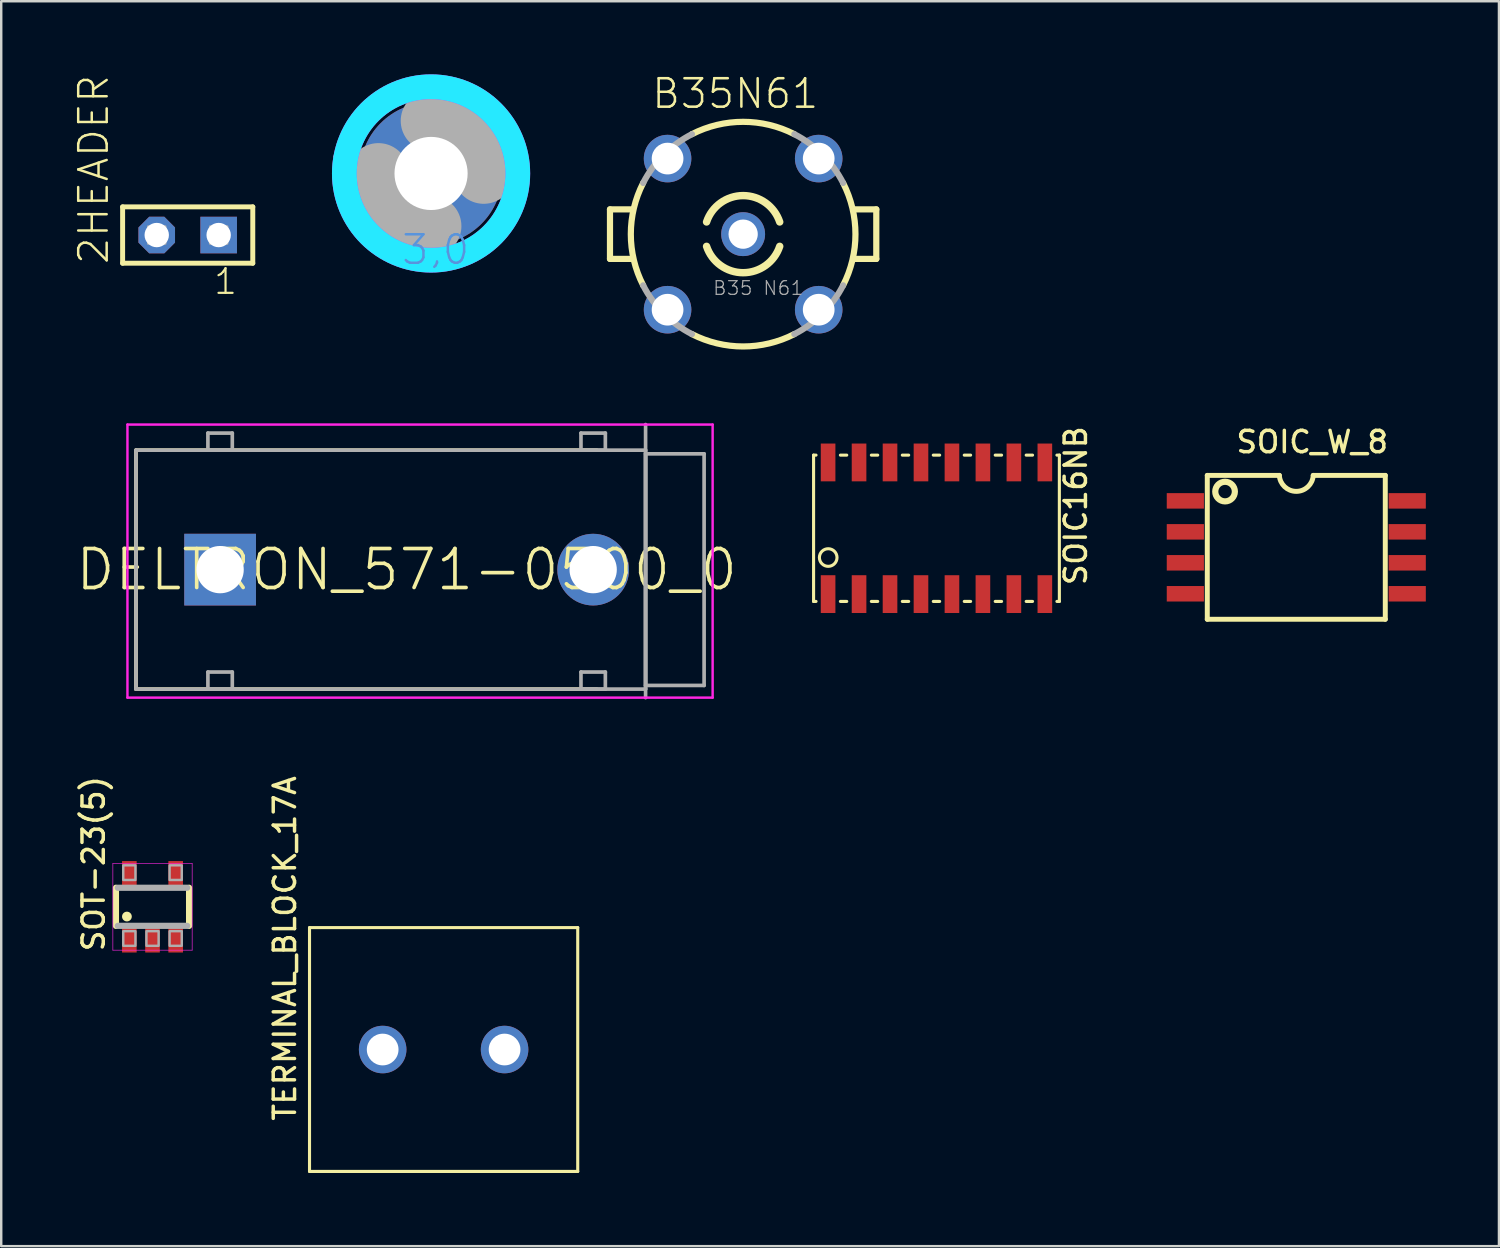
<source format=kicad_pcb>
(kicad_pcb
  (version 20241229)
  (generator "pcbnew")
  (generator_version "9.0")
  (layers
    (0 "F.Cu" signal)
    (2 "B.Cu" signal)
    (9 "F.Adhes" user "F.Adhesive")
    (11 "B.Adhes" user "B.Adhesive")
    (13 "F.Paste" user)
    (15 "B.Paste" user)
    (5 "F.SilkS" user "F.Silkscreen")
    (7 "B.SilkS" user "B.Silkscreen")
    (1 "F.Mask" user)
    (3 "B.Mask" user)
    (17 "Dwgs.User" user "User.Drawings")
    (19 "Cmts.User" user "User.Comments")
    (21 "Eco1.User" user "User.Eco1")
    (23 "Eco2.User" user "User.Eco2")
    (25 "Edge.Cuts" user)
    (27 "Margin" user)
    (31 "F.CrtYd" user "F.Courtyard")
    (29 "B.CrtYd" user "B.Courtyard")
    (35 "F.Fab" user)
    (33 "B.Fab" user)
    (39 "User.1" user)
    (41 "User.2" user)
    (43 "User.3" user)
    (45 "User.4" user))
  (footprint "3,0-PAD"
    (layer "F.Cu")
    (at 14.629 4.064)
    (property "Reference" "3,0-PAD" (at 0 0 0) (layer "F.SilkS") (effects (font (size 1.27 1.27) (thickness 0.15))))
    (fp_circle (center 0 0) (end 3.429 0) (stroke (width 0.152) (type solid)) (fill no) (layer "F.SilkS"))
    (fp_circle (center 0 0) (end 3.556 0) (stroke (width 1.016) (type solid)) (fill no) (layer "B.CrtYd"))
    (fp_circle (center 0 0) (end 3.556 0) (stroke (width 1.016) (type solid)) (fill no) (layer "F.CrtYd"))
    (fp_arc (start 0 -2.159) (mid 1.526644 -1.526644) (end 2.159 0) (stroke (width 2.4892) (type solid)) (layer "F.Fab"))
    (fp_arc (start 0 2.159) (mid -1.526644 1.526644) (end -2.159 0) (stroke (width 2.4892) (type solid)) (layer "F.Fab"))
    (fp_circle (center 0 0) (end 0.762 0) (stroke (width 0.457) (type solid)) (fill no) (layer "F.Fab"))
    (fp_text user "3,0" (at -1.27 3.81 0) (layer "Cmts.User") (effects (font (size 1.168 1.168) (thickness 0.102)) (justify left bottom)))
    (pad "B3,0" thru_hole circle (at 0 0) (size 5.842 5.842) (drill 3) (layers "*.Cu" "*.Mask"))
    (zone (net_name "") (layers "F.Cu" "B.Cu") (hatch edge 0.5) (connect_pads) (min_thickness 0.25) (filled_areas_thickness no) (keepout (tracks allowed) (vias not_allowed) (pads allowed) (copperpour allowed) (footprints allowed)) (placement (enabled no)) (fill) (polygon (pts (xy 18.693 4.064) (xy 18.673 3.659) (xy 18.613 3.259) (xy 18.513 2.866) (xy 18.374 2.485) (xy 18.198 2.12) (xy 17.987 1.775) (xy 17.742 1.452) (xy 17.467 1.155) (xy 17.163 0.887) (xy 16.834 0.65) (xy 16.483 0.448) (xy 16.114 0.281) (xy 15.73 0.152) (xy 15.335 0.062) (xy 14.933 0.011) (xy 14.528 0.001) (xy 14.124 0.032) (xy 13.725 0.102) (xy 13.335 0.212) (xy 12.958 0.36) (xy 12.597 0.544) (xy 12.257 0.764) (xy 11.94 1.017) (xy 11.65 1.3) (xy 11.39 1.61) (xy 11.161 1.945) (xy 10.968 2.301) (xy 10.81 2.674) (xy 10.691 3.061) (xy 10.611 3.458) (xy 10.57 3.861) (xy 10.57 4.267) (xy 10.611 4.67) (xy 10.691 5.067) (xy 10.81 5.454) (xy 10.968 5.827) (xy 11.161 6.183) (xy 11.39 6.518) (xy 11.65 6.828) (xy 11.94 7.111) (xy 12.257 7.364) (xy 12.597 7.584) (xy 12.958 7.768) (xy 13.335 7.916) (xy 13.725 8.026) (xy 14.124 8.096) (xy 14.528 8.127) (xy 14.933 8.117) (xy 15.335 8.066) (xy 15.73 7.976) (xy 16.114 7.847) (xy 16.483 7.68) (xy 16.834 7.478) (xy 17.163 7.241) (xy 17.467 6.973) (xy 17.742 6.676) (xy 17.987 6.353) (xy 18.198 6.008) (xy 18.374 5.643) (xy 18.513 5.262) (xy 18.613 4.869) (xy 18.673 4.469))) (polygon (pts (xy 17.677 4.064) (xy 17.657 3.717) (xy 17.598 3.374) (xy 17.5 3.04) (xy 17.364 2.719) (xy 17.193 2.416) (xy 16.989 2.135) (xy 16.753 1.878) (xy 16.49 1.65) (xy 16.203 1.454) (xy 15.895 1.291) (xy 15.571 1.165) (xy 15.234 1.077) (xy 14.89 1.027) (xy 14.542 1.017) (xy 14.195 1.047) (xy 13.854 1.116) (xy 13.523 1.224) (xy 13.207 1.368) (xy 12.909 1.548) (xy 12.633 1.76) (xy 12.384 2.003) (xy 12.163 2.272) (xy 11.975 2.565) (xy 11.822 2.878) (xy 11.705 3.205) (xy 11.626 3.544) (xy 11.586 3.89) (xy 11.586 4.238) (xy 11.626 4.584) (xy 11.705 4.923) (xy 11.822 5.25) (xy 11.975 5.563) (xy 12.163 5.856) (xy 12.384 6.125) (xy 12.633 6.368) (xy 12.909 6.58) (xy 13.207 6.76) (xy 13.523 6.904) (xy 13.854 7.012) (xy 14.195 7.081) (xy 14.542 7.111) (xy 14.89 7.101) (xy 15.234 7.051) (xy 15.571 6.963) (xy 15.895 6.837) (xy 16.203 6.674) (xy 16.49 6.478) (xy 16.753 6.25) (xy 16.989 5.993) (xy 17.193 5.712) (xy 17.364 5.409) (xy 17.5 5.088) (xy 17.598 4.754) (xy 17.657 4.411)))))
  (footprint "2HEADER"
    (layer "F.Cu")
    (at 4.648 6.59)
    (property "Reference" "2HEADER" (at -3.175 1.27 90) (layer "F.SilkS") (effects (font (size 1.168 1.168) (thickness 0.102)) (justify left bottom)))
    (fp_line (start -2.669 -1.155) (end 2.669 -1.155) (stroke (width 0.203) (type solid)) (layer "F.SilkS"))
    (fp_line (start -2.669 1.155) (end -2.669 -1.155) (stroke (width 0.203) (type solid)) (layer "F.SilkS"))
    (fp_line (start 2.669 -1.155) (end 2.669 1.155) (stroke (width 0.203) (type solid)) (layer "F.SilkS"))
    (fp_line (start 2.669 1.155) (end -2.669 1.155) (stroke (width 0.203) (type solid)) (layer "F.SilkS"))
    (fp_poly (pts (xy -1.62 0.35) (xy -0.92 0.35) (xy -0.92 -0.35) (xy -1.62 -0.35)) (stroke (width 0.1) (type default)) (fill no) (layer "F.Fab"))
    (fp_poly (pts (xy 0.92 0.35) (xy 1.62 0.35) (xy 1.62 -0.35) (xy 0.92 -0.35)) (stroke (width 0.1) (type default)) (fill no) (layer "F.Fab"))
    (fp_text user "1" (at 1.012 2.498 0) (layer "F.SilkS") (effects (font (size 1.012 1.012) (thickness 0.088)) (justify left bottom)))
    (pad "1" thru_hole rect (at 1.27 0 180) (size 1.5 1.5) (drill 1) (layers "*.Cu" "*.Mask"))
    (pad "2" thru_hole roundrect (at -1.27 0 180) (size 1.5 1.5) (drill 1) (layers "*.Cu" "*.Mask") (roundrect_rratio 0.25) (chamfer_ratio 0.293) (chamfer top_left top_right bottom_left bottom_right)))
  (footprint "SOT-23(5)"
    (layer "F.Cu")
    (at 3.205 34.14)
    (property "Reference" "SOT-23(5)" (at -1.905 1.905 90) (layer "F.SilkS") (effects (font (size 0.874 0.874) (thickness 0.142)) (justify left bottom)))
    (fp_poly (pts (xy -1.32 -0.755) (xy -0.58 -0.755) (xy -0.58 -1.945) (xy -1.32 -1.945)) (stroke (width 0) (type default)) (fill yes) (layer "F.Mask"))
    (fp_poly (pts (xy -1.32 1.945) (xy -0.58 1.945) (xy -0.58 0.755) (xy -1.32 0.755)) (stroke (width 0) (type default)) (fill yes) (layer "F.Mask"))
    (fp_poly (pts (xy -0.37 1.945) (xy 0.37 1.945) (xy 0.37 0.755) (xy -0.37 0.755)) (stroke (width 0) (type default)) (fill yes) (layer "F.Mask"))
    (fp_poly (pts (xy 0.58 -0.755) (xy 1.32 -0.755) (xy 1.32 -1.945) (xy 0.58 -1.945)) (stroke (width 0) (type default)) (fill yes) (layer "F.Mask"))
    (fp_poly (pts (xy 0.58 1.945) (xy 1.32 1.945) (xy 1.32 0.755) (xy 0.58 0.755)) (stroke (width 0) (type default)) (fill yes) (layer "F.Mask"))
    (fp_line (start -1.5 0.781) (end -1.5 -0.781) (stroke (width 0.254) (type solid)) (layer "F.SilkS"))
    (fp_line (start 1.5 -0.781) (end 1.5 0.781) (stroke (width 0.254) (type solid)) (layer "F.SilkS"))
    (fp_circle (center -1.05 0.4) (end -0.95 0.4) (stroke (width 0.2) (type solid)) (fill yes) (layer "F.SilkS"))
    (fp_line (start -1.626 -1.778) (end 1.626 -1.778) (stroke (width 0.025) (type solid)) (layer "F.CrtYd"))
    (fp_line (start -1.626 1.778) (end -1.626 -1.778) (stroke (width 0.025) (type solid)) (layer "F.CrtYd"))
    (fp_line (start 1.626 -1.778) (end 1.626 1.778) (stroke (width 0.025) (type solid)) (layer "F.CrtYd"))
    (fp_line (start 1.626 1.778) (end -1.626 1.778) (stroke (width 0.025) (type solid)) (layer "F.CrtYd"))
    (fp_line (start -1.423 -0.781) (end 1.422 -0.781) (stroke (width 0.254) (type solid)) (layer "F.Fab"))
    (fp_line (start 1.422 0.781) (end -1.423 0.781) (stroke (width 0.254) (type solid)) (layer "F.Fab"))
    (fp_poly (pts (xy -1.2 -1.1) (xy -0.7 -1.1) (xy -0.7 -1.7) (xy -1.2 -1.7)) (stroke (width 0.1) (type default)) (fill no) (layer "F.Fab"))
    (fp_poly (pts (xy -1.2 1.6) (xy -0.7 1.6) (xy -0.7 1) (xy -1.2 1)) (stroke (width 0.1) (type default)) (fill no) (layer "F.Fab"))
    (fp_poly (pts (xy -0.25 1.6) (xy 0.25 1.6) (xy 0.25 1) (xy -0.25 1)) (stroke (width 0.1) (type default)) (fill no) (layer "F.Fab"))
    (fp_poly (pts (xy 0.7 -1.1) (xy 1.2 -1.1) (xy 1.2 -1.7) (xy 0.7 -1.7)) (stroke (width 0.1) (type default)) (fill no) (layer "F.Fab"))
    (fp_poly (pts (xy 0.7 1.6) (xy 1.2 1.6) (xy 1.2 1) (xy 0.7 1)) (stroke (width 0.1) (type default)) (fill no) (layer "F.Fab"))
    (pad "1" smd rect (at -0.95 1.35) (size 0.6 1.05) (layers "F.Cu" "F.Paste"))
    (pad "2" smd rect (at 0 1.35) (size 0.6 1.05) (layers "F.Cu" "F.Paste"))
    (pad "3" smd rect (at 0.95 1.35) (size 0.6 1.05) (layers "F.Cu" "F.Paste"))
    (pad "4" smd rect (at 0.95 -1.35) (size 0.6 1.05) (layers "F.Cu" "F.Paste"))
    (pad "5" smd rect (at -0.95 -1.35) (size 0.6 1.05) (layers "F.Cu" "F.Paste")))
  (footprint "TERMINAL_BLOCK_17A"
    (layer "F.Cu")
    (at 15.144 39.994)
    (property "Reference" "TERMINAL_BLOCK_17A" (at -6 3 90) (layer "F.SilkS") (effects (font (size 0.874 0.874) (thickness 0.142)) (justify left bottom)))
    (fp_line (start -5.5 -5) (end 5.5 -5) (stroke (width 0.127) (type solid)) (layer "F.SilkS"))
    (fp_line (start -5.5 5) (end -5.5 -5) (stroke (width 0.127) (type solid)) (layer "F.SilkS"))
    (fp_line (start 5.5 -5) (end 5.5 5) (stroke (width 0.127) (type solid)) (layer "F.SilkS"))
    (fp_line (start 5.5 5) (end -5.5 5) (stroke (width 0.127) (type solid)) (layer "F.SilkS"))
    (pad "1" thru_hole circle (at -2.5 0) (size 1.95 1.95) (drill 1.3) (layers "*.Cu" "*.Mask"))
    (pad "2" thru_hole circle (at 2.5 0) (size 1.95 1.95) (drill 1.3) (layers "*.Cu" "*.Mask")))
  (footprint "DELTRON_571-0500_0"
    (layer "F.Cu")
    (at 13.627 20.312)
    (property "Reference" "DELTRON_571-0500_0" (at 0 0 0) (layer "F.SilkS") (effects (font (size 1.6 1.6) (thickness 0.15))))
    (attr through_hole)
    (fp_line (start -11.1 -4.9) (end -11.1 4.9) (stroke (width 0.15) (type solid)) (layer "F.SilkS"))
    (fp_line (start -11.1 -4.9) (end 7.8 -4.9) (stroke (width 0.15) (type solid)) (layer "F.SilkS"))
    (fp_line (start -11.1 4.9) (end 7.8 4.9) (stroke (width 0.15) (type solid)) (layer "F.SilkS"))
    (fp_line (start -11.45 -5.95) (end 12.55 -5.95) (stroke (width 0.1) (type solid)) (layer "F.CrtYd"))
    (fp_line (start -11.45 5.25) (end -11.45 -5.95) (stroke (width 0.1) (type solid)) (layer "F.CrtYd"))
    (fp_line (start 12.55 -5.95) (end 12.55 5.25) (stroke (width 0.1) (type solid)) (layer "F.CrtYd"))
    (fp_line (start 12.55 5.25) (end -11.45 5.25) (stroke (width 0.1) (type solid)) (layer "F.CrtYd"))
    (fp_line (start -11.1 -4.9) (end 9.8 -4.9) (stroke (width 0.15) (type solid)) (layer "F.Fab"))
    (fp_line (start -11.1 4.9) (end -11.1 -4.9) (stroke (width 0.15) (type solid)) (layer "F.Fab"))
    (fp_line (start -8.15 -5.6) (end -7.15 -5.6) (stroke (width 0.15) (type solid)) (layer "F.Fab"))
    (fp_line (start -8.15 -4.9) (end -8.15 -5.6) (stroke (width 0.15) (type solid)) (layer "F.Fab"))
    (fp_line (start -8.15 4.2) (end -7.15 4.2) (stroke (width 0.15) (type solid)) (layer "F.Fab"))
    (fp_line (start -8.15 4.9) (end -8.15 4.2) (stroke (width 0.15) (type solid)) (layer "F.Fab"))
    (fp_line (start -7.15 -5.6) (end -7.15 -4.9) (stroke (width 0.15) (type solid)) (layer "F.Fab"))
    (fp_line (start -7.15 -4.9) (end -8.15 -4.9) (stroke (width 0.15) (type solid)) (layer "F.Fab"))
    (fp_line (start -7.15 4.2) (end -7.15 4.9) (stroke (width 0.15) (type solid)) (layer "F.Fab"))
    (fp_line (start -7.15 4.9) (end -8.15 4.9) (stroke (width 0.15) (type solid)) (layer "F.Fab"))
    (fp_line (start 7.15 -5.6) (end 8.15 -5.6) (stroke (width 0.15) (type solid)) (layer "F.Fab"))
    (fp_line (start 7.15 -4.9) (end 7.15 -5.6) (stroke (width 0.15) (type solid)) (layer "F.Fab"))
    (fp_line (start 7.15 4.2) (end 8.15 4.2) (stroke (width 0.15) (type solid)) (layer "F.Fab"))
    (fp_line (start 7.15 4.9) (end 7.15 4.2) (stroke (width 0.15) (type solid)) (layer "F.Fab"))
    (fp_line (start 8.15 -5.6) (end 8.15 -4.9) (stroke (width 0.15) (type solid)) (layer "F.Fab"))
    (fp_line (start 8.15 -4.9) (end 7.15 -4.9) (stroke (width 0.15) (type solid)) (layer "F.Fab"))
    (fp_line (start 8.15 4.2) (end 8.15 4.9) (stroke (width 0.15) (type solid)) (layer "F.Fab"))
    (fp_line (start 8.15 4.9) (end 7.15 4.9) (stroke (width 0.15) (type solid)) (layer "F.Fab"))
    (fp_line (start 9.8 -5.95) (end 9.8 5.25) (stroke (width 0.15) (type solid)) (layer "F.Fab"))
    (fp_line (start 9.8 -4.9) (end 9.8 4.9) (stroke (width 0.15) (type solid)) (layer "F.Fab"))
    (fp_line (start 9.8 -4.75) (end 12.2 -4.75) (stroke (width 0.15) (type solid)) (layer "F.Fab"))
    (fp_line (start 9.8 4.75) (end 9.8 -4.75) (stroke (width 0.15) (type solid)) (layer "F.Fab"))
    (fp_line (start 9.8 4.9) (end -11.1 4.9) (stroke (width 0.15) (type solid)) (layer "F.Fab"))
    (fp_line (start 12.2 -4.75) (end 12.2 4.75) (stroke (width 0.15) (type solid)) (layer "F.Fab"))
    (fp_line (start 12.2 4.75) (end 9.8 4.75) (stroke (width 0.15) (type solid)) (layer "F.Fab"))
    (pad "1" thru_hole rect (at -7.65 0) (size 2.94 2.94) (drill 1.94) (layers "*.Cu" "*.Mask"))
    (pad "1" thru_hole circle (at 7.65 0) (size 2.94 2.94) (drill 1.94) (layers "*.Cu" "*.Mask")))
  (footprint "SOIC_W_8"
    (layer "F.Cu")
    (at 50.114 19.397)
    (property "Reference" "SOIC_W_8" (at -2.54 -3.81 0) (layer "F.SilkS") (effects (font (size 0.874 0.874) (thickness 0.142)) (justify left bottom)))
    (fp_line (start -3.65 -2.95) (end -3.65 2.95) (stroke (width 0.203) (type solid)) (layer "F.SilkS"))
    (fp_line (start -3.65 2.95) (end 3.65 2.95) (stroke (width 0.203) (type solid)) (layer "F.SilkS"))
    (fp_line (start -0.695 -2.95) (end -3.65 -2.95) (stroke (width 0.203) (type solid)) (layer "F.SilkS"))
    (fp_line (start 3.65 -2.95) (end 0.695 -2.95) (stroke (width 0.203) (type solid)) (layer "F.SilkS"))
    (fp_line (start 3.65 2.95) (end 3.65 -2.95) (stroke (width 0.203) (type solid)) (layer "F.SilkS"))
    (fp_arc (start 0.695 -2.95) (mid 0 -2.29498) (end -0.695 -2.95) (stroke (width 0.2032) (type solid)) (layer "F.SilkS"))
    (fp_circle (center -2.921 -2.286) (end -2.519 -2.286) (stroke (width 0.254) (type solid)) (fill no) (layer "F.SilkS"))
    (pad "1" smd rect (at -4.55 -1.905 270) (size 0.635 1.525) (layers "F.Cu" "F.Mask" "F.Paste"))
    (pad "2" smd rect (at -4.55 -0.635 270) (size 0.635 1.525) (layers "F.Cu" "F.Mask" "F.Paste"))
    (pad "3" smd rect (at -4.55 0.635 270) (size 0.635 1.525) (layers "F.Cu" "F.Mask" "F.Paste"))
    (pad "4" smd rect (at -4.55 1.905 270) (size 0.635 1.525) (layers "F.Cu" "F.Mask" "F.Paste"))
    (pad "5" smd rect (at 4.55 1.905 90) (size 0.635 1.525) (layers "F.Cu" "F.Mask" "F.Paste"))
    (pad "6" smd rect (at 4.55 0.635 90) (size 0.635 1.525) (layers "F.Cu" "F.Mask" "F.Paste"))
    (pad "7" smd rect (at 4.55 -0.635 90) (size 0.635 1.525) (layers "F.Cu" "F.Mask" "F.Paste"))
    (pad "8" smd rect (at 4.55 -1.905 90) (size 0.635 1.525) (layers "F.Cu" "F.Mask" "F.Paste")))
  (footprint "B35N61"
    (layer "F.Cu")
    (at 27.428 6.553)
    (property "Reference" "B35N61" (at -3.81 -5.08 0) (layer "F.SilkS") (effects (font (size 1.168 1.168) (thickness 0.102)) (justify left bottom)))
    (fp_line (start -5.461 -1.016) (end -5.461 1.016) (stroke (width 0.254) (type solid)) (layer "F.SilkS"))
    (fp_line (start -5.461 1.016) (end -4.572 1.016) (stroke (width 0.254) (type solid)) (layer "F.SilkS"))
    (fp_line (start -4.572 -1.016) (end -5.461 -1.016) (stroke (width 0.254) (type solid)) (layer "F.SilkS"))
    (fp_line (start 4.572 1.016) (end 5.461 1.016) (stroke (width 0.254) (type solid)) (layer "F.SilkS"))
    (fp_line (start 5.461 -1.016) (end 4.572 -1.016) (stroke (width 0.254) (type solid)) (layer "F.SilkS"))
    (fp_line (start 5.461 1.016) (end 5.461 -1.016) (stroke (width 0.254) (type solid)) (layer "F.SilkS"))
    (fp_arc (start -4.1 2.1) (mid -4.606517 0) (end -4.1 -2.1) (stroke (width 0.254) (type solid)) (layer "F.SilkS"))
    (fp_arc (start -2.1 -4.1) (mid 0 -4.606517) (end 2.1 -4.1) (stroke (width 0.254) (type solid)) (layer "F.SilkS"))
    (fp_arc (start -1.5 -0.5) (mid 0 -1.581139) (end 1.5 -0.5) (stroke (width 0.3048) (type solid)) (layer "F.SilkS"))
    (fp_arc (start 1.5 0.5) (mid 0 1.581139) (end -1.5 0.5) (stroke (width 0.3048) (type solid)) (layer "F.SilkS"))
    (fp_arc (start 2.1 4.1) (mid 0 4.606517) (end -2.1 4.1) (stroke (width 0.254) (type solid)) (layer "F.SilkS"))
    (fp_arc (start 4.1 -2.1) (mid 4.606517 0) (end 4.1 2.1) (stroke (width 0.254) (type solid)) (layer "F.SilkS"))
    (fp_arc (start -4.1 -2.1) (mid -3.257299 -3.257299) (end -2.1 -4.1) (stroke (width 0.254) (type solid)) (layer "F.Fab"))
    (fp_arc (start -2.1 4.1) (mid -3.257299 3.257299) (end -4.1 2.1) (stroke (width 0.254) (type solid)) (layer "F.Fab"))
    (fp_arc (start 2.1 -4.1) (mid 3.257299 -3.257299) (end 4.1 -2.1) (stroke (width 0.254) (type solid)) (layer "F.Fab"))
    (fp_arc (start 4.1 2.1) (mid 3.257299 3.257299) (end 2.1 4.1) (stroke (width 0.254) (type solid)) (layer "F.Fab"))
    (fp_text user "B35 N61" (at -1.27 2.54 0) (layer "F.Fab") (effects (font (size 0.561 0.561) (thickness 0.049)) (justify left bottom)))
    (pad "1" thru_hole circle (at 0 0) (size 1.8 1.8) (drill 1.2) (layers "*.Cu" "*.Mask"))
    (pad "2" thru_hole circle (at 3.099 -3.099) (size 1.95 1.95) (drill 1.3) (layers "*.Cu" "*.Mask"))
    (pad "3" thru_hole circle (at -3.099 -3.099) (size 1.95 1.95) (drill 1.3) (layers "*.Cu" "*.Mask"))
    (pad "4" thru_hole circle (at -3.099 3.099) (size 1.95 1.95) (drill 1.3) (layers "*.Cu" "*.Mask"))
    (pad "5" thru_hole circle (at 3.099 3.099) (size 1.95 1.95) (drill 1.3) (layers "*.Cu" "*.Mask")))
  (footprint "SOIC16NB"
    (layer "F.Cu")
    (at 35.357 18.616)
    (property "Reference" "SOIC16NB" (at 6.223 2.413 90) (layer "F.SilkS") (effects (font (size 0.874 0.874) (thickness 0.142)) (justify left bottom)))
    (fp_line (start -5.04 -3) (end -5.04 3) (stroke (width 0.127) (type solid)) (layer "F.SilkS"))
    (fp_line (start -5.04 -3) (end -4.94 -3) (stroke (width 0.127) (type solid)) (layer "F.SilkS"))
    (fp_line (start -5.04 3) (end -4.94 3) (stroke (width 0.127) (type solid)) (layer "F.SilkS"))
    (fp_line (start -3.94 -3) (end -3.68 -3) (stroke (width 0.127) (type solid)) (layer "F.SilkS"))
    (fp_line (start -3.94 3) (end -3.68 3) (stroke (width 0.127) (type solid)) (layer "F.SilkS"))
    (fp_line (start -2.67 -3) (end -2.41 -3) (stroke (width 0.127) (type solid)) (layer "F.SilkS"))
    (fp_line (start -2.67 3) (end -2.41 3) (stroke (width 0.127) (type solid)) (layer "F.SilkS"))
    (fp_line (start -1.4 -3) (end -1.14 -3) (stroke (width 0.127) (type solid)) (layer "F.SilkS"))
    (fp_line (start -1.4 3) (end -1.14 3) (stroke (width 0.127) (type solid)) (layer "F.SilkS"))
    (fp_line (start 0.13 -3) (end -0.13 -3) (stroke (width 0.127) (type solid)) (layer "F.SilkS"))
    (fp_line (start 0.13 3) (end -0.13 3) (stroke (width 0.127) (type solid)) (layer "F.SilkS"))
    (fp_line (start 1.4 -3) (end 1.14 -3) (stroke (width 0.127) (type solid)) (layer "F.SilkS"))
    (fp_line (start 1.4 3) (end 1.14 3) (stroke (width 0.127) (type solid)) (layer "F.SilkS"))
    (fp_line (start 2.67 -3) (end 2.41 -3) (stroke (width 0.127) (type solid)) (layer "F.SilkS"))
    (fp_line (start 2.67 3) (end 2.41 3) (stroke (width 0.127) (type solid)) (layer "F.SilkS"))
    (fp_line (start 3.94 -3) (end 3.68 -3) (stroke (width 0.127) (type solid)) (layer "F.SilkS"))
    (fp_line (start 3.94 3) (end 3.68 3) (stroke (width 0.127) (type solid)) (layer "F.SilkS"))
    (fp_line (start 5.04 -3) (end 4.94 -3) (stroke (width 0.127) (type solid)) (layer "F.SilkS"))
    (fp_line (start 5.04 3) (end 4.94 3) (stroke (width 0.127) (type solid)) (layer "F.SilkS"))
    (fp_line (start 5.04 3) (end 5.04 -3) (stroke (width 0.127) (type solid)) (layer "F.SilkS"))
    (fp_circle (center -4.44 1.2) (end -4.079 1.2) (stroke (width 0.127) (type solid)) (fill no) (layer "F.SilkS"))
    (pad "1" smd rect (at -4.445 2.7) (size 0.6 1.55) (layers "F.Cu" "F.Mask" "F.Paste"))
    (pad "2" smd rect (at -3.175 2.7) (size 0.6 1.55) (layers "F.Cu" "F.Mask" "F.Paste"))
    (pad "3" smd rect (at -1.905 2.7) (size 0.6 1.55) (layers "F.Cu" "F.Mask" "F.Paste"))
    (pad "4" smd rect (at -0.635 2.7) (size 0.6 1.55) (layers "F.Cu" "F.Mask" "F.Paste"))
    (pad "5" smd rect (at 0.635 2.7) (size 0.6 1.55) (layers "F.Cu" "F.Mask" "F.Paste"))
    (pad "6" smd rect (at 1.905 2.7) (size 0.6 1.55) (layers "F.Cu" "F.Mask" "F.Paste"))
    (pad "7" smd rect (at 3.175 2.7) (size 0.6 1.55) (layers "F.Cu" "F.Mask" "F.Paste"))
    (pad "8" smd rect (at 4.445 2.7) (size 0.6 1.55) (layers "F.Cu" "F.Mask" "F.Paste"))
    (pad "9" smd rect (at 4.445 -2.7 180) (size 0.6 1.55) (layers "F.Cu" "F.Mask" "F.Paste"))
    (pad "10" smd rect (at 3.175 -2.7 180) (size 0.6 1.55) (layers "F.Cu" "F.Mask" "F.Paste"))
    (pad "11" smd rect (at 1.905 -2.7 180) (size 0.6 1.55) (layers "F.Cu" "F.Mask" "F.Paste"))
    (pad "12" smd rect (at 0.635 -2.7 180) (size 0.6 1.55) (layers "F.Cu" "F.Mask" "F.Paste"))
    (pad "13" smd rect (at -0.635 -2.7 180) (size 0.6 1.55) (layers "F.Cu" "F.Mask" "F.Paste"))
    (pad "14" smd rect (at -1.905 -2.7 180) (size 0.6 1.55) (layers "F.Cu" "F.Mask" "F.Paste"))
    (pad "15" smd rect (at -3.175 -2.7 180) (size 0.6 1.55) (layers "F.Cu" "F.Mask" "F.Paste"))
    (pad "16" smd rect (at -4.445 -2.7 180) (size 0.6 1.55) (layers "F.Cu" "F.Mask" "F.Paste")))
  (gr_rect
    (start -3 -3)
    (end 58.426 48.057)
    (stroke (width 0.1) (type default))
    (fill no)
    (layer "Edge.Cuts")))
</source>
